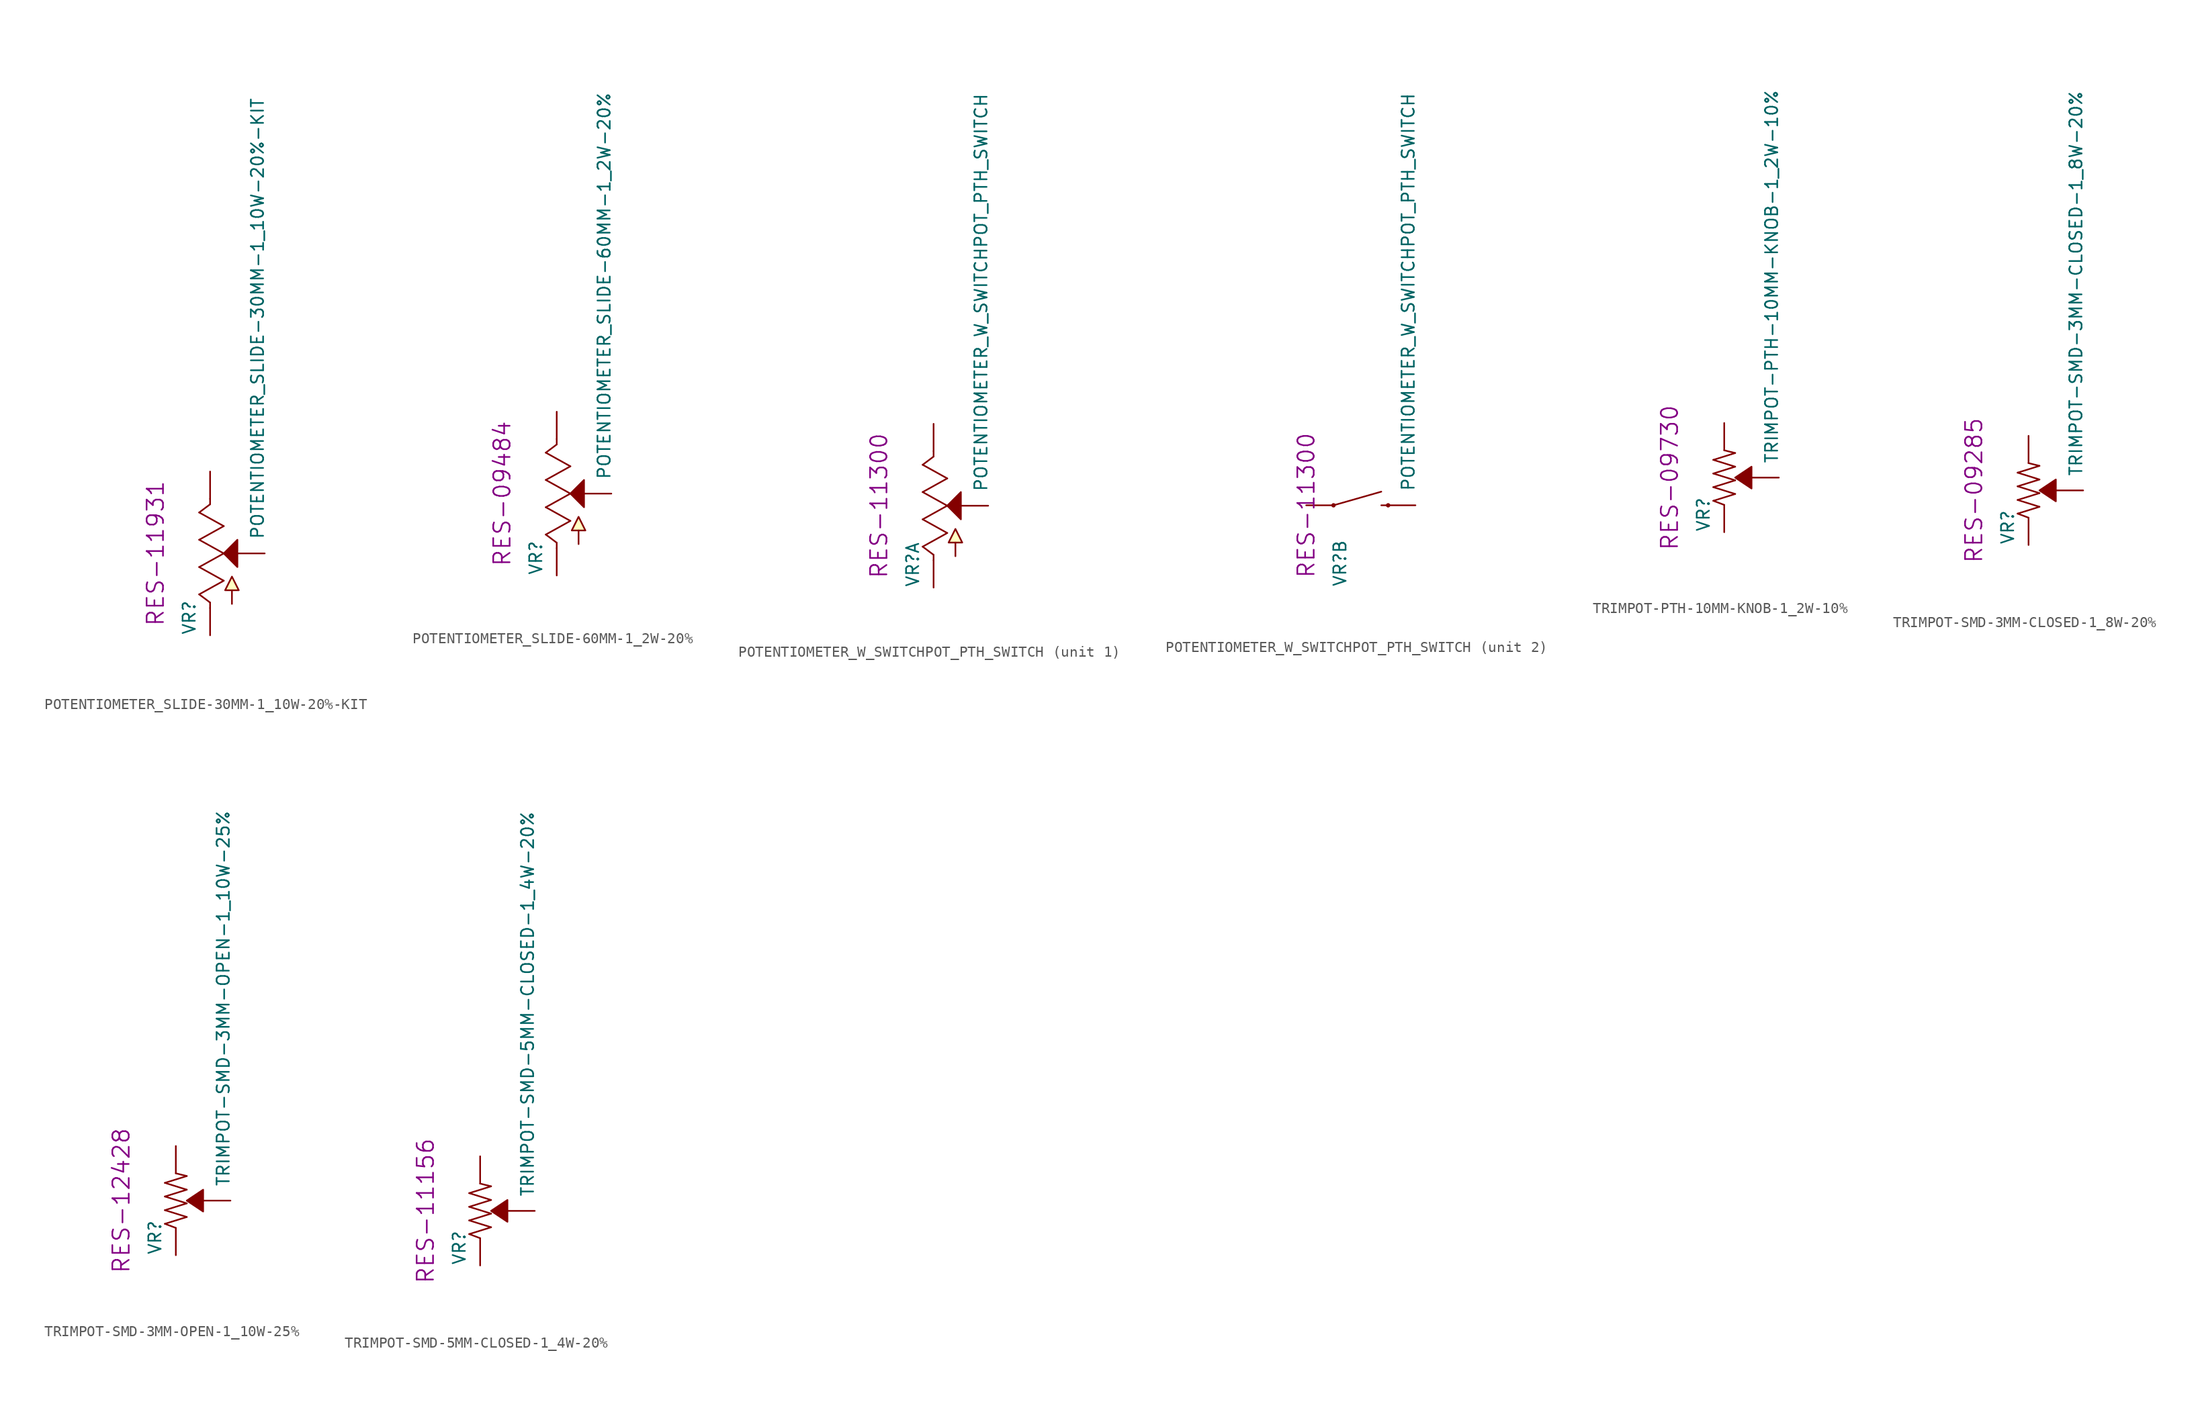
<source format=kicad_sym>
(kicad_symbol_lib
  (version 20211014)
  (generator kicad_symbol_editor)
  (symbol "POTENTIOMETER_SLIDE-30MM-1_10W-20%-KIT"
    (pin_numbers hide)
    (pin_names
      (offset 1.016) hide)
    (property "Reference" "VR"
      (at -1.27 -7.62 90)
      (effects (font (size 1.143 1.143)) (justify left bottom)))
    (property "Value" "POTENTIOMETER_SLIDE-30MM-1_10W-20%-KIT"
      (at 5.08 1.27 90)
      (effects (font (size 1.143 1.143)) (justify left bottom)))
    (property "Field4" "RES-11931"
      (at -5.08 0 90)
      (effects (font (size 1.524 1.524))))
    (property "ki_locked" ""
      (at 0 0 0)
      (effects (font (size 1.27 1.27))))
    (symbol "POTENTIOMETER_SLIDE-30MM-1_10W-20%-KIT_1_0"
      (polyline (pts (xy -1.016 -3.81) (xy 1.27 -2.54)) (stroke (width 0) (type default) (color 0 0 0 0)) (fill (type none)))
      (polyline (pts (xy -1.016 -1.27) (xy 1.27 0)) (stroke (width 0) (type default) (color 0 0 0 0)) (fill (type none)))
      (polyline (pts (xy -1.016 1.27) (xy 1.27 2.54)) (stroke (width 0) (type default) (color 0 0 0 0)) (fill (type none)))
      (polyline (pts (xy -1.016 3.81) (xy 0 4.572)) (stroke (width 0) (type default) (color 0 0 0 0)) (fill (type none)))
      (polyline (pts (xy 0 -5.08) (xy 0 -4.572)) (stroke (width 0) (type default) (color 0 0 0 0)) (fill (type none)))
      (polyline (pts (xy 0 -4.572) (xy -1.016 -3.81)) (stroke (width 0) (type default) (color 0 0 0 0)) (fill (type none)))
      (polyline (pts (xy 0 4.572) (xy 0 5.08)) (stroke (width 0) (type default) (color 0 0 0 0)) (fill (type none)))
      (polyline (pts (xy 1.27 -2.54) (xy -1.016 -1.27)) (stroke (width 0) (type default) (color 0 0 0 0)) (fill (type none)))
      (polyline (pts (xy 1.27 0) (xy -1.016 1.27)) (stroke (width 0) (type default) (color 0 0 0 0)) (fill (type none)))
      (polyline (pts (xy 1.27 2.54) (xy -1.016 3.81)) (stroke (width 0) (type default) (color 0 0 0 0)) (fill (type none)))
      (polyline (pts (xy 2.032 -4.699) (xy 2.032 -3.429)) (stroke (width 0) (type default) (color 0 0 0 0)) (fill (type none))))
    (symbol "POTENTIOMETER_SLIDE-30MM-1_10W-20%-KIT_1_1"
      (polyline (pts (xy 2.032 -2.159) (xy 2.667 -3.429) (xy 2.032 -3.429) (xy 1.397 -3.429) (xy 2.032 -2.159)) (stroke (width 0) (type default) (color 0 0 0 0)) (fill (type background)))
      (polyline (pts (xy 2.54 -1.27) (xy 1.27 0) (xy 1.27 0) (xy 2.54 1.27) (xy 2.54 1.27) (xy 2.54 -1.27)) (stroke (width 0) (type default) (color 0 0 0 0)) (fill (type outline)))
      (pin passive line (at 0 -7.62 90) (length 2.54) (name "A" (effects (font (size 1.016 1.016)))) (number "BOTT" (effects (font (size 1.016 1.016)))))
      (pin passive line (at 0 7.62 270) (length 2.54) (name "E" (effects (font (size 1.016 1.016)))) (number "TOP" (effects (font (size 1.016 1.016)))))
      (pin passive line (at 5.08 0 180) (length 2.54) (name "S" (effects (font (size 1.016 1.016)))) (number "WIPE" (effects (font (size 1.016 1.016)))))))
  (symbol "POTENTIOMETER_SLIDE-60MM-1_2W-20%"
    (pin_numbers hide)
    (pin_names
      (offset 1.016) hide)
    (property "Reference" "VR"
      (at -1.27 -7.62 90)
      (effects (font (size 1.143 1.143)) (justify left bottom)))
    (property "Value" "POTENTIOMETER_SLIDE-60MM-1_2W-20%"
      (at 5.08 1.27 90)
      (effects (font (size 1.143 1.143)) (justify left bottom)))
    (property "Field4" "RES-09484"
      (at -5.08 0 90)
      (effects (font (size 1.524 1.524))))
    (property "ki_locked" ""
      (at 0 0 0)
      (effects (font (size 1.27 1.27))))
    (symbol "POTENTIOMETER_SLIDE-60MM-1_2W-20%_1_0"
      (polyline (pts (xy -1.016 -3.81) (xy 1.27 -2.54)) (stroke (width 0) (type default) (color 0 0 0 0)) (fill (type none)))
      (polyline (pts (xy -1.016 -1.27) (xy 1.27 0)) (stroke (width 0) (type default) (color 0 0 0 0)) (fill (type none)))
      (polyline (pts (xy -1.016 1.27) (xy 1.27 2.54)) (stroke (width 0) (type default) (color 0 0 0 0)) (fill (type none)))
      (polyline (pts (xy -1.016 3.81) (xy 0 4.572)) (stroke (width 0) (type default) (color 0 0 0 0)) (fill (type none)))
      (polyline (pts (xy 0 -5.08) (xy 0 -4.572)) (stroke (width 0) (type default) (color 0 0 0 0)) (fill (type none)))
      (polyline (pts (xy 0 -4.572) (xy -1.016 -3.81)) (stroke (width 0) (type default) (color 0 0 0 0)) (fill (type none)))
      (polyline (pts (xy 0 4.572) (xy 0 5.08)) (stroke (width 0) (type default) (color 0 0 0 0)) (fill (type none)))
      (polyline (pts (xy 1.27 -2.54) (xy -1.016 -1.27)) (stroke (width 0) (type default) (color 0 0 0 0)) (fill (type none)))
      (polyline (pts (xy 1.27 0) (xy -1.016 1.27)) (stroke (width 0) (type default) (color 0 0 0 0)) (fill (type none)))
      (polyline (pts (xy 1.27 2.54) (xy -1.016 3.81)) (stroke (width 0) (type default) (color 0 0 0 0)) (fill (type none)))
      (polyline (pts (xy 2.032 -4.699) (xy 2.032 -3.429)) (stroke (width 0) (type default) (color 0 0 0 0)) (fill (type none))))
    (symbol "POTENTIOMETER_SLIDE-60MM-1_2W-20%_1_1"
      (polyline (pts (xy 2.032 -2.159) (xy 2.667 -3.429) (xy 2.032 -3.429) (xy 1.397 -3.429) (xy 2.032 -2.159)) (stroke (width 0) (type default) (color 0 0 0 0)) (fill (type background)))
      (polyline (pts (xy 2.54 -1.27) (xy 1.27 0) (xy 1.27 0) (xy 2.54 1.27) (xy 2.54 1.27) (xy 2.54 -1.27)) (stroke (width 0) (type default) (color 0 0 0 0)) (fill (type outline)))
      (pin passive line (at 0 7.62 270) (length 2.54) (name "E" (effects (font (size 1.016 1.016)))) (number "1" (effects (font (size 1.016 1.016)))))
      (pin passive line (at 5.08 0 180) (length 2.54) (name "S" (effects (font (size 1.016 1.016)))) (number "2A" (effects (font (size 1.016 1.016)))))
      (pin passive line (at 0 -7.62 90) (length 2.54) (name "A" (effects (font (size 1.016 1.016)))) (number "3" (effects (font (size 1.016 1.016)))))))
  (symbol "POTENTIOMETER_W_SWITCHPOT_PTH_SWITCH"
    (pin_numbers hide)
    (pin_names
      (offset 1.016) hide)
    (property "Reference" "VR"
      (at -1.27 -7.62 90)
      (effects (font (size 1.143 1.143)) (justify left bottom)))
    (property "Value" "POTENTIOMETER_W_SWITCHPOT_PTH_SWITCH"
      (at 5.08 1.27 90)
      (effects (font (size 1.143 1.143)) (justify left bottom)))
    (property "Field4" "RES-11300"
      (at -5.08 0 90)
      (effects (font (size 1.524 1.524))))
    (property "ki_locked" ""
      (at 0 0 0)
      (effects (font (size 1.27 1.27))))
    (symbol "POTENTIOMETER_W_SWITCHPOT_PTH_SWITCH_1_0"
      (polyline (pts (xy -1.016 -3.81) (xy 1.27 -2.54)) (stroke (width 0) (type default) (color 0 0 0 0)) (fill (type none)))
      (polyline (pts (xy -1.016 -1.27) (xy 1.27 0)) (stroke (width 0) (type default) (color 0 0 0 0)) (fill (type none)))
      (polyline (pts (xy -1.016 1.27) (xy 1.27 2.54)) (stroke (width 0) (type default) (color 0 0 0 0)) (fill (type none)))
      (polyline (pts (xy -1.016 3.81) (xy 0 4.572)) (stroke (width 0) (type default) (color 0 0 0 0)) (fill (type none)))
      (polyline (pts (xy 0 -5.08) (xy 0 -4.572)) (stroke (width 0) (type default) (color 0 0 0 0)) (fill (type none)))
      (polyline (pts (xy 0 -4.572) (xy -1.016 -3.81)) (stroke (width 0) (type default) (color 0 0 0 0)) (fill (type none)))
      (polyline (pts (xy 0 4.572) (xy 0 5.08)) (stroke (width 0) (type default) (color 0 0 0 0)) (fill (type none)))
      (polyline (pts (xy 1.27 -2.54) (xy -1.016 -1.27)) (stroke (width 0) (type default) (color 0 0 0 0)) (fill (type none)))
      (polyline (pts (xy 1.27 0) (xy -1.016 1.27)) (stroke (width 0) (type default) (color 0 0 0 0)) (fill (type none)))
      (polyline (pts (xy 1.27 2.54) (xy -1.016 3.81)) (stroke (width 0) (type default) (color 0 0 0 0)) (fill (type none)))
      (polyline (pts (xy 2.032 -4.699) (xy 2.032 -3.429)) (stroke (width 0) (type default) (color 0 0 0 0)) (fill (type none))))
    (symbol "POTENTIOMETER_W_SWITCHPOT_PTH_SWITCH_1_1"
      (polyline (pts (xy 2.032 -2.159) (xy 2.667 -3.429) (xy 2.032 -3.429) (xy 1.397 -3.429) (xy 2.032 -2.159)) (stroke (width 0) (type default) (color 0 0 0 0)) (fill (type background)))
      (polyline (pts (xy 2.54 -1.27) (xy 1.27 0) (xy 1.27 0) (xy 2.54 1.27) (xy 2.54 1.27) (xy 2.54 -1.27)) (stroke (width 0) (type default) (color 0 0 0 0)) (fill (type outline)))
      (pin passive line (at 0 -7.62 90) (length 2.54) (name "A" (effects (font (size 1.016 1.016)))) (number "1" (effects (font (size 1.016 1.016)))))
      (pin passive line (at 5.08 0 180) (length 2.54) (name "S" (effects (font (size 1.016 1.016)))) (number "2" (effects (font (size 1.016 1.016)))))
      (pin passive line (at 0 7.62 270) (length 2.54) (name "E" (effects (font (size 1.016 1.016)))) (number "3" (effects (font (size 1.016 1.016))))))
    (symbol "POTENTIOMETER_W_SWITCHPOT_PTH_SWITCH_2_0"
      (polyline (pts (xy -2.54 0) (xy 1.905 1.27)) (stroke (width 0) (type default) (color 0 0 0 0)) (fill (type none)))
      (polyline (pts (xy 1.905 0) (xy 2.54 0)) (stroke (width 0) (type default) (color 0 0 0 0)) (fill (type none))))
    (symbol "POTENTIOMETER_W_SWITCHPOT_PTH_SWITCH_2_1"
      (circle (center -2.54 0) (radius 0.127) (stroke (width 0) (type default) (color 0 0 0 0)) (fill (type outline)))
      (circle (center 2.54 0) (radius 0.127) (stroke (width 0) (type default) (color 0 0 0 0)) (fill (type outline)))
      (pin passive line (at -5.08 0 0) (length 2.54) (name "1" (effects (font (size 1.016 1.016)))) (number "S1" (effects (font (size 1.016 1.016)))))
      (pin passive line (at 5.08 0 180) (length 2.54) (name "2" (effects (font (size 1.016 1.016)))) (number "S2" (effects (font (size 1.016 1.016)))))))
  (symbol "TRIMPOT-PTH-10MM-KNOB-1_2W-10%"
    (pin_numbers hide)
    (pin_names
      (offset 1.016) hide)
    (property "Reference" "VR"
      (at -1.27 -5.08 90)
      (effects (font (size 1.143 1.143)) (justify left bottom)))
    (property "Value" "TRIMPOT-PTH-10MM-KNOB-1_2W-10%"
      (at 5.08 1.27 90)
      (effects (font (size 1.143 1.143)) (justify left bottom)))
    (property "Field4" "RES-09730"
      (at -5.08 0 90)
      (effects (font (size 1.524 1.524))))
    (property "ki_locked" ""
      (at 0 0 0)
      (effects (font (size 1.27 1.27))))
    (symbol "TRIMPOT-PTH-10MM-KNOB-1_2W-10%_1_0"
      (polyline (pts (xy -1.016 -2.159) (xy 1.016 -1.524)) (stroke (width 0) (type default) (color 0 0 0 0)) (fill (type none)))
      (polyline (pts (xy -1.016 -0.889) (xy 1.016 -0.254)) (stroke (width 0) (type default) (color 0 0 0 0)) (fill (type none)))
      (polyline (pts (xy -1.016 0.381) (xy 1.016 1.016)) (stroke (width 0) (type default) (color 0 0 0 0)) (fill (type none)))
      (polyline (pts (xy -1.016 1.651) (xy 1.016 2.286)) (stroke (width 0) (type default) (color 0 0 0 0)) (fill (type none)))
      (polyline (pts (xy 0 -2.54) (xy -1.016 -2.159)) (stroke (width 0) (type default) (color 0 0 0 0)) (fill (type none)))
      (polyline (pts (xy 1.016 -1.524) (xy -1.016 -0.889)) (stroke (width 0) (type default) (color 0 0 0 0)) (fill (type none)))
      (polyline (pts (xy 1.016 -0.254) (xy -1.016 0.381)) (stroke (width 0) (type default) (color 0 0 0 0)) (fill (type none)))
      (polyline (pts (xy 1.016 1.016) (xy -1.016 1.651)) (stroke (width 0) (type default) (color 0 0 0 0)) (fill (type none)))
      (polyline (pts (xy 1.016 2.286) (xy 0 2.54)) (stroke (width 0) (type default) (color 0 0 0 0)) (fill (type none))))
    (symbol "TRIMPOT-PTH-10MM-KNOB-1_2W-10%_1_1"
      (polyline (pts (xy 1.016 0) (xy 2.54 -1.016) (xy 2.54 -1.016) (xy 2.54 1.016) (xy 2.54 1.016) (xy 1.016 0)) (stroke (width 0) (type default) (color 0 0 0 0)) (fill (type outline)))
      (pin passive line (at 0 5.08 270) (length 2.54) (name "CCW" (effects (font (size 1.016 1.016)))) (number "1" (effects (font (size 1.016 1.016)))))
      (pin passive line (at 5.08 0 180) (length 2.54) (name "WIPER" (effects (font (size 1.016 1.016)))) (number "2" (effects (font (size 1.016 1.016)))))
      (pin passive line (at 0 -5.08 90) (length 2.54) (name "CW" (effects (font (size 1.016 1.016)))) (number "3" (effects (font (size 1.016 1.016)))))))
  (symbol "TRIMPOT-SMD-3MM-CLOSED-1_8W-20%"
    (pin_numbers hide)
    (pin_names
      (offset 1.016) hide)
    (property "Reference" "VR"
      (at -1.27 -5.08 90)
      (effects (font (size 1.143 1.143)) (justify left bottom)))
    (property "Value" "TRIMPOT-SMD-3MM-CLOSED-1_8W-20%"
      (at 5.08 1.27 90)
      (effects (font (size 1.143 1.143)) (justify left bottom)))
    (property "Field4" "RES-09285"
      (at -5.08 0 90)
      (effects (font (size 1.524 1.524))))
    (property "ki_locked" ""
      (at 0 0 0)
      (effects (font (size 1.27 1.27))))
    (symbol "TRIMPOT-SMD-3MM-CLOSED-1_8W-20%_1_0"
      (polyline (pts (xy -1.016 -2.159) (xy 1.016 -1.524)) (stroke (width 0) (type default) (color 0 0 0 0)) (fill (type none)))
      (polyline (pts (xy -1.016 -0.889) (xy 1.016 -0.254)) (stroke (width 0) (type default) (color 0 0 0 0)) (fill (type none)))
      (polyline (pts (xy -1.016 0.381) (xy 1.016 1.016)) (stroke (width 0) (type default) (color 0 0 0 0)) (fill (type none)))
      (polyline (pts (xy -1.016 1.651) (xy 1.016 2.286)) (stroke (width 0) (type default) (color 0 0 0 0)) (fill (type none)))
      (polyline (pts (xy 0 -2.54) (xy -1.016 -2.159)) (stroke (width 0) (type default) (color 0 0 0 0)) (fill (type none)))
      (polyline (pts (xy 1.016 -1.524) (xy -1.016 -0.889)) (stroke (width 0) (type default) (color 0 0 0 0)) (fill (type none)))
      (polyline (pts (xy 1.016 -0.254) (xy -1.016 0.381)) (stroke (width 0) (type default) (color 0 0 0 0)) (fill (type none)))
      (polyline (pts (xy 1.016 1.016) (xy -1.016 1.651)) (stroke (width 0) (type default) (color 0 0 0 0)) (fill (type none)))
      (polyline (pts (xy 1.016 2.286) (xy 0 2.54)) (stroke (width 0) (type default) (color 0 0 0 0)) (fill (type none))))
    (symbol "TRIMPOT-SMD-3MM-CLOSED-1_8W-20%_1_1"
      (polyline (pts (xy 1.016 0) (xy 2.54 -1.016) (xy 2.54 -1.016) (xy 2.54 1.016) (xy 2.54 1.016) (xy 1.016 0)) (stroke (width 0) (type default) (color 0 0 0 0)) (fill (type outline)))
      (pin passive line (at 0 5.08 270) (length 2.54) (name "CCW" (effects (font (size 1.016 1.016)))) (number "1" (effects (font (size 1.016 1.016)))))
      (pin passive line (at 5.08 0 180) (length 2.54) (name "WIPER" (effects (font (size 1.016 1.016)))) (number "2" (effects (font (size 1.016 1.016)))))
      (pin passive line (at 0 -5.08 90) (length 2.54) (name "CW" (effects (font (size 1.016 1.016)))) (number "3" (effects (font (size 1.016 1.016)))))))
  (symbol "TRIMPOT-SMD-3MM-OPEN-1_10W-25%"
    (pin_numbers hide)
    (pin_names
      (offset 1.016) hide)
    (property "Reference" "VR"
      (at -1.27 -5.08 90)
      (effects (font (size 1.143 1.143)) (justify left bottom)))
    (property "Value" "TRIMPOT-SMD-3MM-OPEN-1_10W-25%"
      (at 5.08 1.27 90)
      (effects (font (size 1.143 1.143)) (justify left bottom)))
    (property "Field4" "RES-12428"
      (at -5.08 0 90)
      (effects (font (size 1.524 1.524))))
    (property "ki_locked" ""
      (at 0 0 0)
      (effects (font (size 1.27 1.27))))
    (symbol "TRIMPOT-SMD-3MM-OPEN-1_10W-25%_1_0"
      (polyline (pts (xy -1.016 -2.159) (xy 1.016 -1.524)) (stroke (width 0) (type default) (color 0 0 0 0)) (fill (type none)))
      (polyline (pts (xy -1.016 -0.889) (xy 1.016 -0.254)) (stroke (width 0) (type default) (color 0 0 0 0)) (fill (type none)))
      (polyline (pts (xy -1.016 0.381) (xy 1.016 1.016)) (stroke (width 0) (type default) (color 0 0 0 0)) (fill (type none)))
      (polyline (pts (xy -1.016 1.651) (xy 1.016 2.286)) (stroke (width 0) (type default) (color 0 0 0 0)) (fill (type none)))
      (polyline (pts (xy 0 -2.54) (xy -1.016 -2.159)) (stroke (width 0) (type default) (color 0 0 0 0)) (fill (type none)))
      (polyline (pts (xy 1.016 -1.524) (xy -1.016 -0.889)) (stroke (width 0) (type default) (color 0 0 0 0)) (fill (type none)))
      (polyline (pts (xy 1.016 -0.254) (xy -1.016 0.381)) (stroke (width 0) (type default) (color 0 0 0 0)) (fill (type none)))
      (polyline (pts (xy 1.016 1.016) (xy -1.016 1.651)) (stroke (width 0) (type default) (color 0 0 0 0)) (fill (type none)))
      (polyline (pts (xy 1.016 2.286) (xy 0 2.54)) (stroke (width 0) (type default) (color 0 0 0 0)) (fill (type none))))
    (symbol "TRIMPOT-SMD-3MM-OPEN-1_10W-25%_1_1"
      (polyline (pts (xy 1.016 0) (xy 2.54 -1.016) (xy 2.54 -1.016) (xy 2.54 1.016) (xy 2.54 1.016) (xy 1.016 0)) (stroke (width 0) (type default) (color 0 0 0 0)) (fill (type outline)))
      (pin passive line (at 0 -5.08 90) (length 2.54) (name "CW" (effects (font (size 1.016 1.016)))) (number "1" (effects (font (size 1.016 1.016)))))
      (pin passive line (at 5.08 0 180) (length 2.54) (name "WIPER" (effects (font (size 1.016 1.016)))) (number "2" (effects (font (size 1.016 1.016)))))
      (pin passive line (at 0 5.08 270) (length 2.54) (name "CCW" (effects (font (size 1.016 1.016)))) (number "3" (effects (font (size 1.016 1.016)))))))
  (symbol "TRIMPOT-SMD-5MM-CLOSED-1_4W-20%"
    (pin_numbers hide)
    (pin_names
      (offset 1.016) hide)
    (property "Reference" "VR"
      (at -1.27 -5.08 90)
      (effects (font (size 1.143 1.143)) (justify left bottom)))
    (property "Value" "TRIMPOT-SMD-5MM-CLOSED-1_4W-20%"
      (at 5.08 1.27 90)
      (effects (font (size 1.143 1.143)) (justify left bottom)))
    (property "Field4" "RES-11156"
      (at -5.08 0 90)
      (effects (font (size 1.524 1.524))))
    (property "ki_locked" ""
      (at 0 0 0)
      (effects (font (size 1.27 1.27))))
    (symbol "TRIMPOT-SMD-5MM-CLOSED-1_4W-20%_1_0"
      (polyline (pts (xy -1.016 -2.159) (xy 1.016 -1.524)) (stroke (width 0) (type default) (color 0 0 0 0)) (fill (type none)))
      (polyline (pts (xy -1.016 -0.889) (xy 1.016 -0.254)) (stroke (width 0) (type default) (color 0 0 0 0)) (fill (type none)))
      (polyline (pts (xy -1.016 0.381) (xy 1.016 1.016)) (stroke (width 0) (type default) (color 0 0 0 0)) (fill (type none)))
      (polyline (pts (xy -1.016 1.651) (xy 1.016 2.286)) (stroke (width 0) (type default) (color 0 0 0 0)) (fill (type none)))
      (polyline (pts (xy 0 -2.54) (xy -1.016 -2.159)) (stroke (width 0) (type default) (color 0 0 0 0)) (fill (type none)))
      (polyline (pts (xy 1.016 -1.524) (xy -1.016 -0.889)) (stroke (width 0) (type default) (color 0 0 0 0)) (fill (type none)))
      (polyline (pts (xy 1.016 -0.254) (xy -1.016 0.381)) (stroke (width 0) (type default) (color 0 0 0 0)) (fill (type none)))
      (polyline (pts (xy 1.016 1.016) (xy -1.016 1.651)) (stroke (width 0) (type default) (color 0 0 0 0)) (fill (type none)))
      (polyline (pts (xy 1.016 2.286) (xy 0 2.54)) (stroke (width 0) (type default) (color 0 0 0 0)) (fill (type none))))
    (symbol "TRIMPOT-SMD-5MM-CLOSED-1_4W-20%_1_1"
      (polyline (pts (xy 1.016 0) (xy 2.54 -1.016) (xy 2.54 -1.016) (xy 2.54 1.016) (xy 2.54 1.016) (xy 1.016 0)) (stroke (width 0) (type default) (color 0 0 0 0)) (fill (type outline)))
      (pin passive line (at 0 5.08 270) (length 2.54) (name "CCW" (effects (font (size 1.016 1.016)))) (number "A" (effects (font (size 1.016 1.016)))))
      (pin passive line (at 5.08 0 180) (length 2.54) (name "WIPER" (effects (font (size 1.016 1.016)))) (number "B" (effects (font (size 1.016 1.016)))))
      (pin passive line (at 0 -5.08 90) (length 2.54) (name "CW" (effects (font (size 1.016 1.016)))) (number "C" (effects (font (size 1.016 1.016))))))))
</source>
